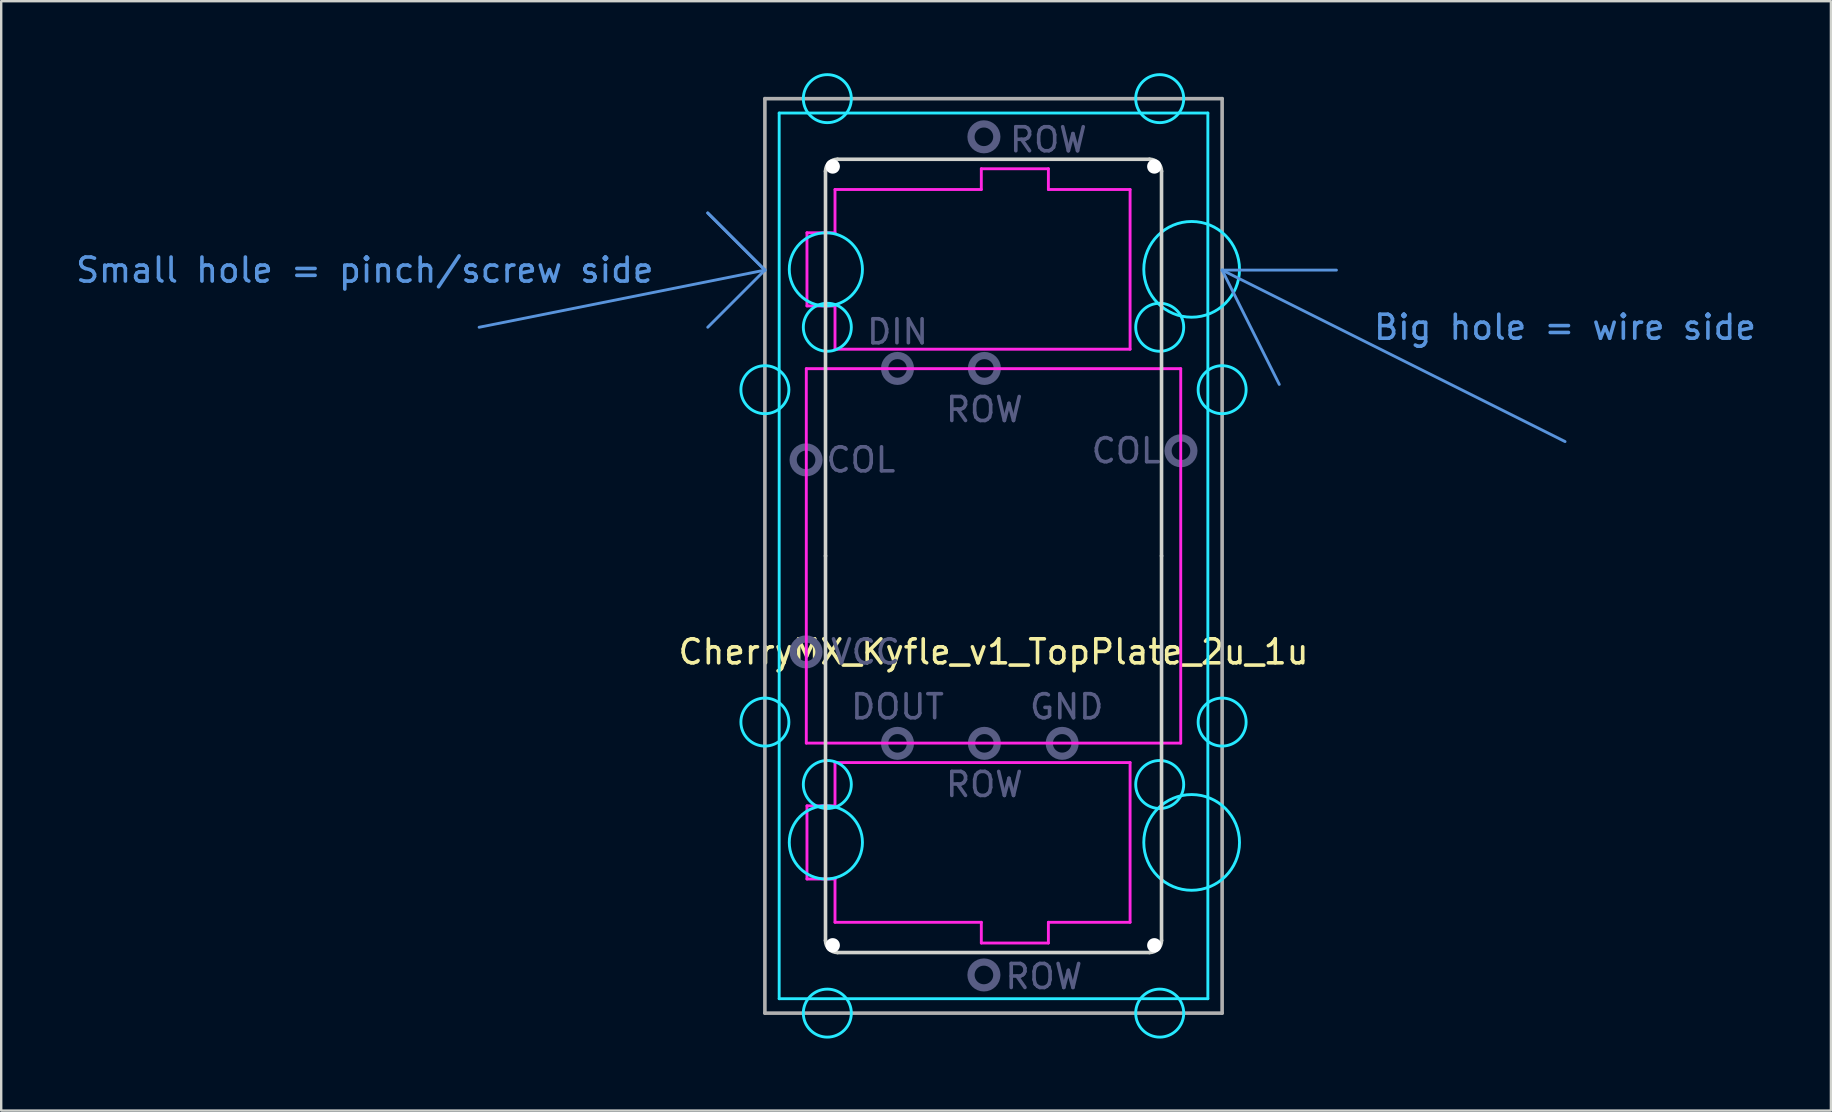
<source format=kicad_pcb>
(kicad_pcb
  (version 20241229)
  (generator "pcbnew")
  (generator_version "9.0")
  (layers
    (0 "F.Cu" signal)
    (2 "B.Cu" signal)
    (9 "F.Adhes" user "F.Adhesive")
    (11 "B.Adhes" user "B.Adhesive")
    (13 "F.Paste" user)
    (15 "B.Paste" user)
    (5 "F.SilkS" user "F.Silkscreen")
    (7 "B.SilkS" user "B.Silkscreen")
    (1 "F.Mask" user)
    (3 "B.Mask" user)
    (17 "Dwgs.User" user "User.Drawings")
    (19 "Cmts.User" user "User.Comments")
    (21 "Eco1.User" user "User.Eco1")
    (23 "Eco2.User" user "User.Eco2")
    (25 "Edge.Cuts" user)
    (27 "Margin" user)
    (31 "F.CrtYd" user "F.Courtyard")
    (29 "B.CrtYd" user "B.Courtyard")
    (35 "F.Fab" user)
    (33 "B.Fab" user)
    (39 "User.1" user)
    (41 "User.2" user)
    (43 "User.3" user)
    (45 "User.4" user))
  (footprint "CherryMX_Kyfle_v1_TopPlate_2u_1u"
    (layer "F.Cu")
    (at 38.343 20.11)
    (property "Reference" "CherryMX_Kyfle_v1_TopPlate_2u_1u" (at 0 4 0) (layer "F.SilkS") (effects (font (size 1 1) (thickness 0.15))))
    (attr through_hole)
    (fp_line (start -21.431 -9.525) (end -9.525 -11.906) (stroke (width 0.12) (type solid)) (layer "Cmts.User"))
    (fp_line (start -11.906 -14.287) (end -9.525 -11.906) (stroke (width 0.12) (type solid)) (layer "Cmts.User"))
    (fp_line (start -9.525 -11.906) (end -11.906 -14.287) (stroke (width 0.12) (type solid)) (layer "Cmts.User"))
    (fp_line (start -9.525 -11.906) (end -11.906 -9.525) (stroke (width 0.12) (type solid)) (layer "Cmts.User"))
    (fp_line (start 9.525 -11.906) (end 11.906 -7.144) (stroke (width 0.12) (type solid)) (layer "Cmts.User"))
    (fp_line (start 9.525 -11.906) (end 14.287 -11.906) (stroke (width 0.12) (type solid)) (layer "Cmts.User"))
    (fp_line (start 9.525 -11.906) (end 23.812 -4.763) (stroke (width 0.12) (type solid)) (layer "Cmts.User"))
    (fp_line (start -8.75 -10.44) (end -8.75 -13.44) (stroke (width 0.12) (type solid)) (layer "Eco1.User"))
    (fp_line (start -8.75 10.44) (end -8.75 13.44) (stroke (width 0.12) (type solid)) (layer "Eco1.User"))
    (fp_line (start -7.5 -13.94) (end -8.25 -13.94) (stroke (width 0.12) (type solid)) (layer "Eco1.User"))
    (fp_line (start -7.5 -9.94) (end -8.25 -9.94) (stroke (width 0.12) (type solid)) (layer "Eco1.User"))
    (fp_line (start -7.5 9.94) (end -8.25 9.94) (stroke (width 0.12) (type solid)) (layer "Eco1.User"))
    (fp_line (start -7.5 13.94) (end -8.25 13.94) (stroke (width 0.12) (type solid)) (layer "Eco1.User"))
    (fp_line (start -7 -16.025) (end -7 -14.44) (stroke (width 0.12) (type solid)) (layer "Eco1.User"))
    (fp_line (start -7 -9.44) (end -7 9.44) (stroke (width 0.12) (type solid)) (layer "Eco1.User"))
    (fp_line (start -7 16.025) (end -7 14.44) (stroke (width 0.12) (type solid)) (layer "Eco1.User"))
    (fp_line (start -6.5 16.525) (end 10.25 16.525) (stroke (width 0.12) (type solid)) (layer "Eco1.User"))
    (fp_line (start 7 -2.67) (end 7 -16.38) (stroke (width 0.12) (type solid)) (layer "Eco1.User"))
    (fp_line (start 7 6.855) (end 7 -6.855) (stroke (width 0.12) (type solid)) (layer "Eco1.User"))
    (fp_line (start 7 16.38) (end 7 2.67) (stroke (width 0.12) (type solid)) (layer "Eco1.User"))
    (fp_line (start 10.25 -16.525) (end -6.5 -16.525) (stroke (width 0.12) (type solid)) (layer "Eco1.User"))
    (fp_line (start 10.25 -7.355) (end 7.5 -7.355) (stroke (width 0.12) (type solid)) (layer "Eco1.User"))
    (fp_line (start 10.25 7.355) (end 7.5 7.355) (stroke (width 0.12) (type solid)) (layer "Eco1.User"))
    (fp_line (start 10.75 -16.025) (end 10.75 -7.855) (stroke (width 0.12) (type solid)) (layer "Eco1.User"))
    (fp_line (start 10.75 16.025) (end 10.75 7.855) (stroke (width 0.12) (type solid)) (layer "Eco1.User"))
    (fp_arc (start -8.75 -13.44) (mid -8.603553 -13.793553) (end -8.25 -13.94) (stroke (width 0.12) (type solid)) (layer "Eco1.User"))
    (fp_arc (start -8.75 10.44) (mid -8.603553 10.086447) (end -8.25 9.94) (stroke (width 0.12) (type solid)) (layer "Eco1.User"))
    (fp_arc (start -8.25 -9.94) (mid -8.603553 -10.086447) (end -8.75 -10.44) (stroke (width 0.12) (type solid)) (layer "Eco1.User"))
    (fp_arc (start -8.25 13.94) (mid -8.603553 13.793553) (end -8.75 13.44) (stroke (width 0.12) (type solid)) (layer "Eco1.User"))
    (fp_arc (start -7.5 -9.94) (mid -7.146447 -9.793553) (end -7 -9.44) (stroke (width 0.12) (type solid)) (layer "Eco1.User"))
    (fp_arc (start -7.5 13.94) (mid -7.146447 14.086447) (end -7 14.44) (stroke (width 0.12) (type solid)) (layer "Eco1.User"))
    (fp_arc (start -7 -16.025) (mid -6.853553 -16.378553) (end -6.5 -16.525) (stroke (width 0.12) (type solid)) (layer "Eco1.User"))
    (fp_arc (start -7 -14.44) (mid -7.146447 -14.086447) (end -7.5 -13.94) (stroke (width 0.12) (type solid)) (layer "Eco1.User"))
    (fp_arc (start -7 9.44) (mid -7.146447 9.793553) (end -7.5 9.94) (stroke (width 0.12) (type solid)) (layer "Eco1.User"))
    (fp_arc (start -6.5 16.525) (mid -6.853553 16.378553) (end -7 16.025) (stroke (width 0.12) (type solid)) (layer "Eco1.User"))
    (fp_arc (start 7 -6.855) (mid 7.146447 -7.208553) (end 7.5 -7.355) (stroke (width 0.12) (type solid)) (layer "Eco1.User"))
    (fp_arc (start 7.5 7.355) (mid 7.146447 7.208553) (end 7 6.855) (stroke (width 0.12) (type solid)) (layer "Eco1.User"))
    (fp_arc (start 10.25 -16.525) (mid 10.603553 -16.378553) (end 10.75 -16.025) (stroke (width 0.12) (type solid)) (layer "Eco1.User"))
    (fp_arc (start 10.25 7.355) (mid 10.603553 7.501447) (end 10.75 7.855) (stroke (width 0.12) (type solid)) (layer "Eco1.User"))
    (fp_arc (start 10.75 -7.855) (mid 10.603553 -7.501447) (end 10.25 -7.355) (stroke (width 0.12) (type solid)) (layer "Eco1.User"))
    (fp_arc (start 10.75 16.025) (mid 10.603553 16.378553) (end 10.25 16.525) (stroke (width 0.12) (type solid)) (layer "Eco1.User"))
    (fp_line (start -7 -16.025) (end -7 0) (stroke (width 0.15) (type solid)) (layer "Edge.Cuts"))
    (fp_line (start -7 0) (end -7 16.025) (stroke (width 0.15) (type solid)) (layer "Edge.Cuts"))
    (fp_line (start -6.5 16.525) (end 6.5 16.525) (stroke (width 0.15) (type solid)) (layer "Edge.Cuts"))
    (fp_line (start 6.5 -16.525) (end -6.5 -16.525) (stroke (width 0.15) (type solid)) (layer "Edge.Cuts"))
    (fp_line (start 7 0) (end 7 -16.025) (stroke (width 0.15) (type solid)) (layer "Edge.Cuts"))
    (fp_line (start 7 16.025) (end 7 0) (stroke (width 0.15) (type solid)) (layer "Edge.Cuts"))
    (fp_arc (start -7 -16.025) (mid -6.853553 -16.378553) (end -6.5 -16.525) (stroke (width 0.15) (type solid)) (layer "Edge.Cuts"))
    (fp_arc (start -6.5 16.525) (mid -6.853553 16.378553) (end -7 16.025) (stroke (width 0.15) (type solid)) (layer "Edge.Cuts"))
    (fp_arc (start 6.5 -16.525) (mid 6.853553 -16.378553) (end 7 -16.025) (stroke (width 0.15) (type solid)) (layer "Edge.Cuts"))
    (fp_arc (start 7 16.025) (mid 6.853553 16.378553) (end 6.5 16.525) (stroke (width 0.15) (type solid)) (layer "Edge.Cuts"))
    (fp_line (start -8.93 -18.45) (end 8.93 -18.45) (stroke (width 0.12) (type solid)) (layer "B.CrtYd"))
    (fp_line (start -8.93 18.45) (end -8.93 -18.45) (stroke (width 0.12) (type solid)) (layer "B.CrtYd"))
    (fp_line (start 8.93 -18.45) (end 8.93 18.45) (stroke (width 0.12) (type solid)) (layer "B.CrtYd"))
    (fp_line (start 8.93 18.45) (end -8.93 18.45) (stroke (width 0.12) (type solid)) (layer "B.CrtYd"))
    (fp_circle (center -9.525 -6.924) (end -8.525 -6.924) (stroke (width 0.12) (type solid)) (fill no) (layer "B.CrtYd"))
    (fp_circle (center -9.525 6.924) (end -8.525 6.924) (stroke (width 0.12) (type solid)) (fill no) (layer "B.CrtYd"))
    (fp_circle (center -6.985 -11.938) (end -5.461 -11.938) (stroke (width 0.12) (type solid)) (fill no) (layer "B.CrtYd"))
    (fp_circle (center -6.985 11.938) (end -5.461 11.938) (stroke (width 0.12) (type solid)) (fill no) (layer "B.CrtYd"))
    (fp_circle (center -6.924 -19.05) (end -5.924 -19.05) (stroke (width 0.12) (type solid)) (fill no) (layer "B.CrtYd"))
    (fp_circle (center -6.924 -9.525) (end -5.924 -9.525) (stroke (width 0.12) (type solid)) (fill no) (layer "B.CrtYd"))
    (fp_circle (center -6.924 9.525) (end -5.924 9.525) (stroke (width 0.12) (type solid)) (fill no) (layer "B.CrtYd"))
    (fp_circle (center -6.924 19.05) (end -5.924 19.05) (stroke (width 0.12) (type solid)) (fill no) (layer "B.CrtYd"))
    (fp_circle (center 6.924 -19.05) (end 7.924 -19.05) (stroke (width 0.12) (type solid)) (fill no) (layer "B.CrtYd"))
    (fp_circle (center 6.924 -9.525) (end 7.924 -9.525) (stroke (width 0.12) (type solid)) (fill no) (layer "B.CrtYd"))
    (fp_circle (center 6.924 9.525) (end 7.924 9.525) (stroke (width 0.12) (type solid)) (fill no) (layer "B.CrtYd"))
    (fp_circle (center 6.924 19.05) (end 7.924 19.05) (stroke (width 0.12) (type solid)) (fill no) (layer "B.CrtYd"))
    (fp_circle (center 8.255 -11.938) (end 10.249 -11.938) (stroke (width 0.12) (type solid)) (fill no) (layer "B.CrtYd"))
    (fp_circle (center 8.255 11.938) (end 10.249 11.938) (stroke (width 0.12) (type solid)) (fill no) (layer "B.CrtYd"))
    (fp_circle (center 9.525 -6.924) (end 10.525 -6.924) (stroke (width 0.12) (type solid)) (fill no) (layer "B.CrtYd"))
    (fp_circle (center 9.525 6.924) (end 10.525 6.924) (stroke (width 0.12) (type solid)) (fill no) (layer "B.CrtYd"))
    (fp_line (start -7.8 -7.8) (end 7.8 -7.8) (stroke (width 0.12) (type solid)) (layer "F.CrtYd"))
    (fp_line (start -7.8 7.8) (end -7.8 -7.8) (stroke (width 0.12) (type solid)) (layer "F.CrtYd"))
    (fp_line (start -7.772 -13.462) (end -6.604 -13.462) (stroke (width 0.12) (type solid)) (layer "F.CrtYd"))
    (fp_line (start -7.772 -10.414) (end -7.772 -13.462) (stroke (width 0.12) (type solid)) (layer "F.CrtYd"))
    (fp_line (start -7.772 -10.414) (end -6.604 -10.414) (stroke (width 0.12) (type solid)) (layer "F.CrtYd"))
    (fp_line (start -7.772 10.414) (end -6.604 10.414) (stroke (width 0.12) (type solid)) (layer "F.CrtYd"))
    (fp_line (start -7.772 13.462) (end -7.772 10.414) (stroke (width 0.12) (type solid)) (layer "F.CrtYd"))
    (fp_line (start -7.772 13.462) (end -6.604 13.462) (stroke (width 0.12) (type solid)) (layer "F.CrtYd"))
    (fp_line (start -6.604 -15.265) (end -6.604 -13.462) (stroke (width 0.12) (type solid)) (layer "F.CrtYd"))
    (fp_line (start -6.604 -15.265) (end -0.508 -15.265) (stroke (width 0.12) (type solid)) (layer "F.CrtYd"))
    (fp_line (start -6.604 -8.611) (end -6.604 -10.414) (stroke (width 0.12) (type solid)) (layer "F.CrtYd"))
    (fp_line (start -6.604 -8.611) (end 5.69 -8.611) (stroke (width 0.12) (type solid)) (layer "F.CrtYd"))
    (fp_line (start -6.604 8.611) (end -6.604 10.414) (stroke (width 0.12) (type solid)) (layer "F.CrtYd"))
    (fp_line (start -6.604 8.611) (end 5.69 8.611) (stroke (width 0.12) (type solid)) (layer "F.CrtYd"))
    (fp_line (start -6.604 15.265) (end -6.604 13.462) (stroke (width 0.12) (type solid)) (layer "F.CrtYd"))
    (fp_line (start -6.604 15.265) (end -0.508 15.265) (stroke (width 0.12) (type solid)) (layer "F.CrtYd"))
    (fp_line (start -0.508 -16.129) (end 2.286 -16.129) (stroke (width 0.12) (type solid)) (layer "F.CrtYd"))
    (fp_line (start -0.508 -15.265) (end -0.508 -16.129) (stroke (width 0.12) (type solid)) (layer "F.CrtYd"))
    (fp_line (start -0.508 15.265) (end -0.508 16.129) (stroke (width 0.12) (type solid)) (layer "F.CrtYd"))
    (fp_line (start 2.286 -15.265) (end 2.286 -16.129) (stroke (width 0.12) (type solid)) (layer "F.CrtYd"))
    (fp_line (start 2.286 -15.265) (end 5.69 -15.265) (stroke (width 0.12) (type solid)) (layer "F.CrtYd"))
    (fp_line (start 2.286 15.265) (end 2.286 16.129) (stroke (width 0.12) (type solid)) (layer "F.CrtYd"))
    (fp_line (start 2.286 15.265) (end 5.69 15.265) (stroke (width 0.12) (type solid)) (layer "F.CrtYd"))
    (fp_line (start 2.286 16.129) (end -0.508 16.129) (stroke (width 0.12) (type solid)) (layer "F.CrtYd"))
    (fp_line (start 5.69 -8.611) (end 5.69 -15.265) (stroke (width 0.12) (type solid)) (layer "F.CrtYd"))
    (fp_line (start 5.69 15.265) (end 5.69 8.611) (stroke (width 0.12) (type solid)) (layer "F.CrtYd"))
    (fp_line (start 7.8 -7.8) (end 7.8 7.8) (stroke (width 0.12) (type solid)) (layer "F.CrtYd"))
    (fp_line (start 7.8 7.8) (end -7.8 7.8) (stroke (width 0.12) (type solid)) (layer "F.CrtYd"))
    (fp_circle (center -7.81 -4) (end -7.272 -4) (stroke (width 0.3) (type solid)) (fill no) (layer "B.Fab"))
    (fp_circle (center -7.81 4) (end -7.272 4) (stroke (width 0.3) (type solid)) (fill no) (layer "B.Fab"))
    (fp_circle (center -4 -7.81) (end -3.462 -7.81) (stroke (width 0.3) (type solid)) (fill no) (layer "B.Fab"))
    (fp_circle (center -4 7.81) (end -3.462 7.81) (stroke (width 0.3) (type solid)) (fill no) (layer "B.Fab"))
    (fp_circle (center -0.4 -17.46) (end 0.138 -17.46) (stroke (width 0.3) (type solid)) (fill no) (layer "B.Fab"))
    (fp_circle (center -0.4 17.46) (end 0.138 17.46) (stroke (width 0.3) (type solid)) (fill no) (layer "B.Fab"))
    (fp_circle (center -0.38 -7.81) (end 0.158 -7.81) (stroke (width 0.3) (type solid)) (fill no) (layer "B.Fab"))
    (fp_circle (center -0.38 7.81) (end 0.158 7.81) (stroke (width 0.3) (type solid)) (fill no) (layer "B.Fab"))
    (fp_circle (center 2.86 7.81) (end 3.397 7.81) (stroke (width 0.3) (type solid)) (fill no) (layer "B.Fab"))
    (fp_circle (center 7.81 -4.38) (end 8.348 -4.38) (stroke (width 0.3) (type solid)) (fill no) (layer "B.Fab"))
    (fp_line (start -9.525 -19.05) (end -9.525 19.05) (stroke (width 0.15) (type solid)) (layer "F.Fab"))
    (fp_line (start -9.525 19.05) (end 9.525 19.05) (stroke (width 0.15) (type solid)) (layer "F.Fab"))
    (fp_line (start 9.525 -19.05) (end -9.525 -19.05) (stroke (width 0.15) (type solid)) (layer "F.Fab"))
    (fp_line (start 9.525 19.05) (end 9.525 -19.05) (stroke (width 0.15) (type solid)) (layer "F.Fab"))
    (fp_text user "Big hole = wire side" (at 23.812 -9.525 0) (layer "Cmts.User") (effects (font (size 1 1) (thickness 0.15))))
    (fp_text user "Small hole = pinch/screw side" (at -26.194 -11.906 0) (layer "Cmts.User") (effects (font (size 1 1) (thickness 0.15))))
    (fp_text user "COL" (at 5.524 -4.381 0) (layer "B.Fab") (effects (font (size 1 1) (thickness 0.15))))
    (fp_text user "GND" (at 3.048 6.287 0) (layer "B.Fab") (effects (font (size 1 1) (thickness 0.15))))
    (fp_text user "ROW" (at -0.381 9.525 0) (layer "B.Fab") (effects (font (size 1 1) (thickness 0.15))))
    (fp_text user "ROW" (at -0.381 -6.096 0) (layer "B.Fab") (effects (font (size 1 1) (thickness 0.15))))
    (fp_text user "ROW" (at 2.095 17.526 0) (layer "B.Fab") (effects (font (size 1 1) (thickness 0.15))))
    (fp_text user "DOUT" (at -4 6.287 0) (layer "B.Fab") (effects (font (size 1 1) (thickness 0.15))))
    (fp_text user "VCC" (at -5.334 4 0) (layer "B.Fab") (effects (font (size 1 1) (thickness 0.15))))
    (fp_text user "DIN" (at -4 -9.335 0) (layer "B.Fab") (effects (font (size 1 1) (thickness 0.15))))
    (fp_text user "ROW" (at 2.286 -17.335 0) (layer "B.Fab") (effects (font (size 1 1) (thickness 0.15))))
    (fp_text user "COL" (at -5.524 -4 0) (layer "B.Fab") (effects (font (size 1 1) (thickness 0.15))))
    (pad "" np_thru_hole circle (at -6.7 -16.225) (size 0.6 0.6) (drill 0.6) (layers "*.Cu"))
    (pad "" np_thru_hole circle (at -6.7 16.225) (size 0.6 0.6) (drill 0.6) (layers "*.Cu"))
    (pad "" np_thru_hole circle (at 6.7 -16.225) (size 0.6 0.6) (drill 0.6) (layers "*.Cu"))
    (pad "" np_thru_hole circle (at 6.7 16.225) (size 0.6 0.6) (drill 0.6) (layers "*.Cu")))
  (gr_rect
    (start -3 -3)
    (end 73.232 43.22)
    (stroke (width 0.1) (type default))
    (fill no)
    (layer "Edge.Cuts")))
</source>
